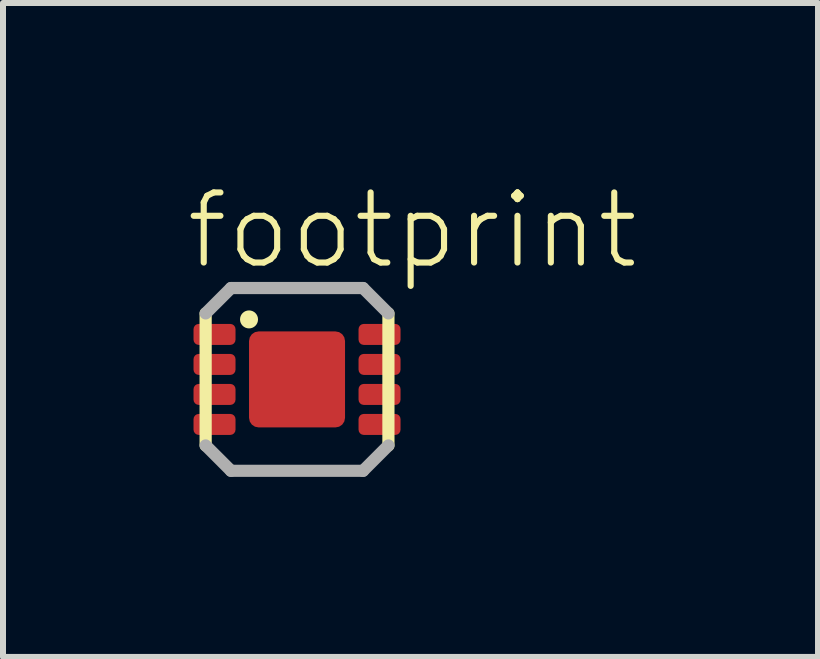
<source format=kicad_pcb>
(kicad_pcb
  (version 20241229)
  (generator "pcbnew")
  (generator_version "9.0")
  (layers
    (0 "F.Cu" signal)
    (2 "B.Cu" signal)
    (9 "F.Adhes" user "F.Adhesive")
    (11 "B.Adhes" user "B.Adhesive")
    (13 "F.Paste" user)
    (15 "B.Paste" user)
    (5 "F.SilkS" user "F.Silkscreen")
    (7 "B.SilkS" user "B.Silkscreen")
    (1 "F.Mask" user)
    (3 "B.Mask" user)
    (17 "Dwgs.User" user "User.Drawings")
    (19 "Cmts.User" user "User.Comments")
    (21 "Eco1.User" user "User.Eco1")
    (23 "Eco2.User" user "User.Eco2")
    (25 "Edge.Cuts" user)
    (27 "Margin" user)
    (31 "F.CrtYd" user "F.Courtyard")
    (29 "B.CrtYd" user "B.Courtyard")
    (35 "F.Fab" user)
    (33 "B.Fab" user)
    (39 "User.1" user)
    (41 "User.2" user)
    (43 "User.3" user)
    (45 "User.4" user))
  (footprint "footprint"
    (layer "F.Cu")
    (at 1.9 3.273)
    (property "Reference" "footprint" (at -1.9 -1.8 0) (layer "F.SilkS") (effects (font (size 1.168 1.168) (thickness 0.102)) (justify left bottom)))
    (fp_poly (pts (xy -1.75 -0.55) (xy -1 -0.55) (xy -1 -0.95) (xy -1.75 -0.95)) (stroke (width 0) (type solid)) (fill yes) (layer "F.Mask"))
    (fp_poly (pts (xy -1.75 -0.05) (xy -1 -0.05) (xy -1 -0.45) (xy -1.75 -0.45)) (stroke (width 0) (type solid)) (fill yes) (layer "F.Mask"))
    (fp_poly (pts (xy -1.75 0.45) (xy -1 0.45) (xy -1 0.05) (xy -1.75 0.05)) (stroke (width 0) (type solid)) (fill yes) (layer "F.Mask"))
    (fp_poly (pts (xy -1.75 0.95) (xy -1 0.95) (xy -1 0.55) (xy -1.75 0.55)) (stroke (width 0) (type solid)) (fill yes) (layer "F.Mask"))
    (fp_poly (pts (xy 1.75 -0.95) (xy 1 -0.95) (xy 1 -0.55) (xy 1.75 -0.55)) (stroke (width 0) (type solid)) (fill yes) (layer "F.Mask"))
    (fp_poly (pts (xy 1.75 -0.45) (xy 1 -0.45) (xy 1 -0.05) (xy 1.75 -0.05)) (stroke (width 0) (type solid)) (fill yes) (layer "F.Mask"))
    (fp_poly (pts (xy 1.75 0.05) (xy 1 0.05) (xy 1 0.45) (xy 1.75 0.45)) (stroke (width 0) (type solid)) (fill yes) (layer "F.Mask"))
    (fp_poly (pts (xy 1.75 0.55) (xy 1 0.55) (xy 1 0.95) (xy 1.75 0.95)) (stroke (width 0) (type solid)) (fill yes) (layer "F.Mask"))
    (fp_poly (pts (xy -0.463 -0.772) (xy -0.44 -0.755) (xy -0.42 -0.755) (xy -0.35 -0.85) (xy 0.657 -0.85) (xy 0.751 -0.825) (xy 0.825 -0.751) (xy 0.85 -0.657) (xy 0.85 0.657) (xy 0.825 0.751) (xy 0.751 0.825) (xy 0.657 0.85) (xy -0.657 0.85) (xy -0.751 0.825) (xy -0.825 0.751) (xy -0.85 0.657) (xy -0.85 -0.657) (xy -0.825 -0.751) (xy -0.751 -0.825) (xy -0.657 -0.85) (xy -0.489 -0.85)) (stroke (width 0) (type solid)) (fill yes) (layer "F.Mask"))
    (fp_line (start -1.523 -1.1) (end -1.523 1.1) (stroke (width 0.203) (type solid)) (layer "F.SilkS"))
    (fp_line (start 1.523 1.1) (end 1.523 -1.1) (stroke (width 0.203) (type solid)) (layer "F.SilkS"))
    (fp_circle (center -0.8 -1) (end -0.725 -1) (stroke (width 0.15) (type solid)) (fill yes) (layer "F.SilkS"))
    (fp_poly (pts (xy -0.725 0.725) (xy 0.725 0.725) (xy 0.725 -0.725) (xy -0.725 -0.725)) (stroke (width 0) (type solid)) (fill yes) (layer "F.Paste"))
    (fp_line (start -1.523 -1.1) (end -1.1 -1.523) (stroke (width 0.203) (type solid)) (layer "F.Fab"))
    (fp_line (start -1.1 1.523) (end -1.523 1.1) (stroke (width 0.203) (type solid)) (layer "F.Fab"))
    (fp_line (start -1.1 1.523) (end 1.1 1.523) (stroke (width 0.203) (type solid)) (layer "F.Fab"))
    (fp_line (start 1.1 -1.523) (end -1.1 -1.523) (stroke (width 0.203) (type solid)) (layer "F.Fab"))
    (fp_line (start 1.1 -1.523) (end 1.523 -1.1) (stroke (width 0.203) (type solid)) (layer "F.Fab"))
    (fp_line (start 1.523 1.1) (end 1.1 1.523) (stroke (width 0.203) (type solid)) (layer "F.Fab"))
    (pad "1" smd roundrect (at -1.375 -0.75) (size 0.7 0.35) (layers "F.Cu" "F.Paste") (roundrect_rratio 0.25))
    (pad "2" smd roundrect (at -1.375 -0.25) (size 0.7 0.35) (layers "F.Cu" "F.Paste") (roundrect_rratio 0.25))
    (pad "3" smd roundrect (at -1.375 0.25) (size 0.7 0.35) (layers "F.Cu" "F.Paste") (roundrect_rratio 0.25))
    (pad "4" smd roundrect (at -1.375 0.75) (size 0.7 0.35) (layers "F.Cu" "F.Paste") (roundrect_rratio 0.25))
    (pad "5" smd roundrect (at 1.375 0.75) (size 0.7 0.35) (layers "F.Cu" "F.Paste") (roundrect_rratio 0.25))
    (pad "6" smd roundrect (at 1.375 0.25) (size 0.7 0.35) (layers "F.Cu" "F.Paste") (roundrect_rratio 0.25))
    (pad "7" smd roundrect (at 1.375 -0.25) (size 0.7 0.35) (layers "F.Cu" "F.Paste") (roundrect_rratio 0.25))
    (pad "8" smd roundrect (at 1.375 -0.75) (size 0.7 0.35) (layers "F.Cu" "F.Paste") (roundrect_rratio 0.25))
    (pad "EXP" smd roundrect (at 0 0) (size 1.6 1.6) (layers "F.Cu") (roundrect_rratio 0.1)))
  (gr_rect
    (start -3 -3)
    (end 10.582 7.898)
    (stroke (width 0.1) (type default))
    (fill no)
    (layer "Edge.Cuts")))
</source>
